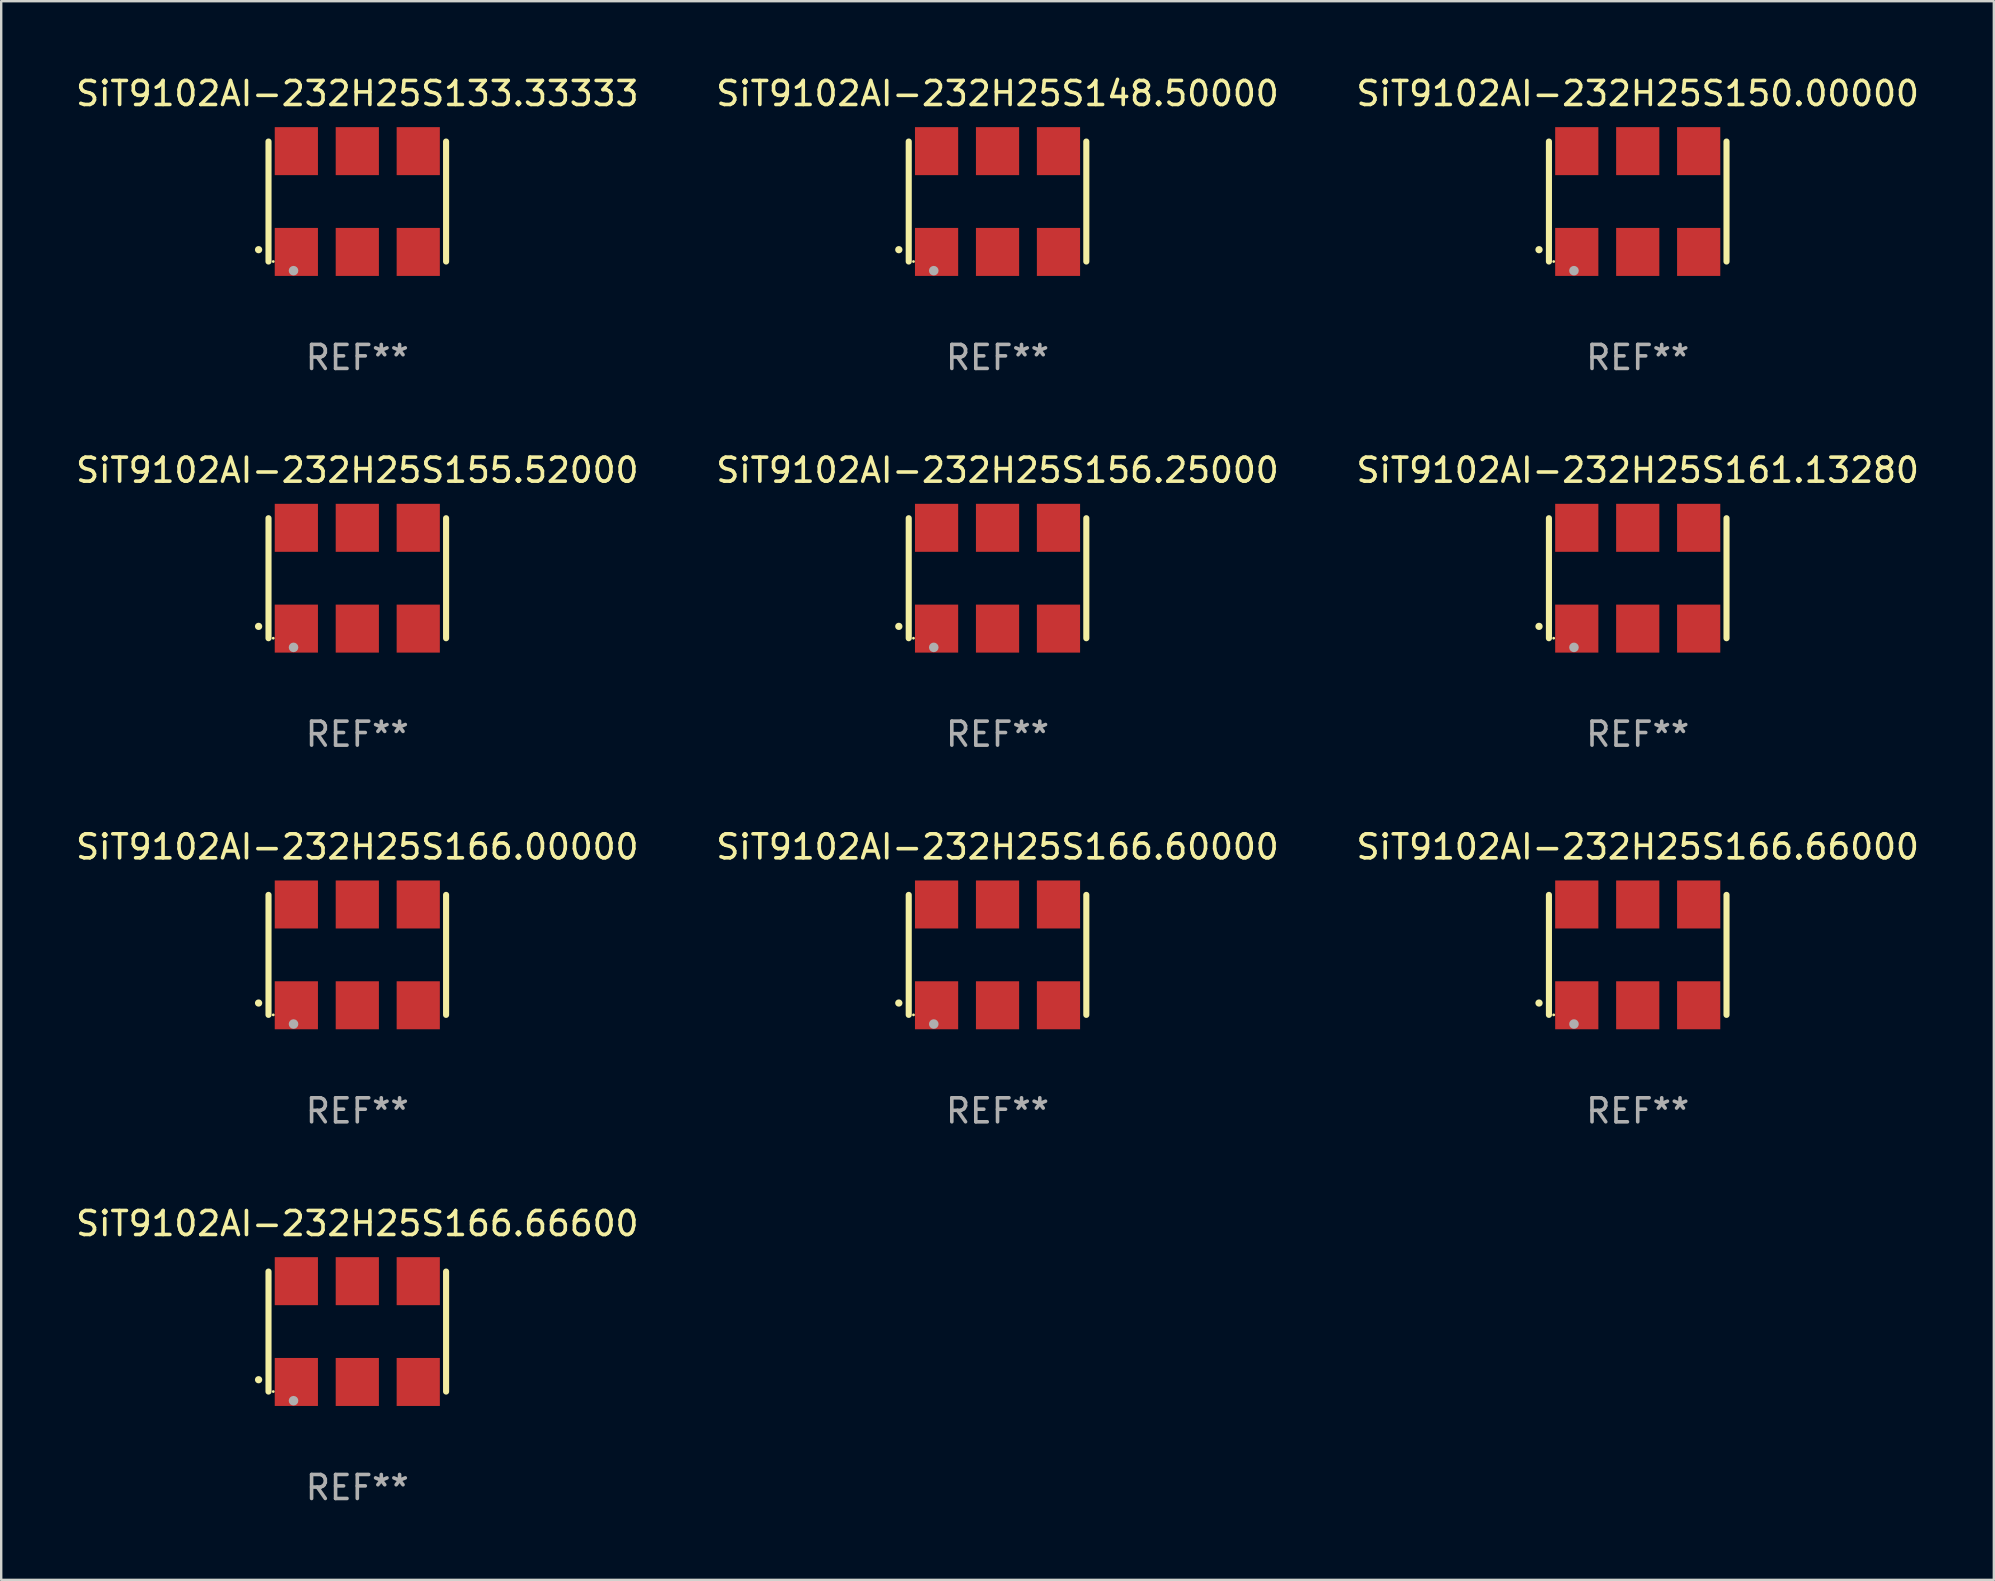
<source format=kicad_pcb>
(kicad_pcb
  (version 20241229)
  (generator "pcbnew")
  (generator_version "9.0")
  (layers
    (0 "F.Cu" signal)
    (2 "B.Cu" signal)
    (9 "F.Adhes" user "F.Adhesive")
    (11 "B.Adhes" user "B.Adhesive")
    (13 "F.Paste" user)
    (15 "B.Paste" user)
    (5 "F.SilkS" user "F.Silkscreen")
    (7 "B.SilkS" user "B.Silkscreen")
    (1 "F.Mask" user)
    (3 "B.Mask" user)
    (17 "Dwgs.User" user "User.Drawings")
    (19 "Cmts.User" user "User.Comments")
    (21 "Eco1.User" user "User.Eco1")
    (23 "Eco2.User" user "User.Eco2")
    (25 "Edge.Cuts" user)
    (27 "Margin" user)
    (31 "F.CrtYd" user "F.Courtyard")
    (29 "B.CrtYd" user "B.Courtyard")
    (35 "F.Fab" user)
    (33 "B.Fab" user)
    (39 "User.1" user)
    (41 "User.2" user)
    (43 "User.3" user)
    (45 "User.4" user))
  (footprint "SiT9102AI-232H25S148.50000"
    (layer "F.Cu")
    (at 38.518 5.348)
    (property "Reference" "SiT9102AI-232H25S148.50000" (at 0 -4.5 0) (layer "F.SilkS") (effects (font (size 1 1) (thickness 0.15))))
    (attr through_hole)
    (fp_line (start -3.7 -2.5) (end -3.7 2.5) (stroke (width 0.254) (type solid)) (layer "F.SilkS"))
    (fp_line (start 3.7 -2.5) (end 3.7 2.5) (stroke (width 0.254) (type solid)) (layer "F.SilkS"))
    (fp_arc (start -4.114415 2.006604) (mid -4.113145 2.006599) (end -4.111875 2.006604) (stroke (width 0.3) (type solid)) (layer "F.SilkS"))
    (fp_circle (center -3.502 2.5) (end -3.472 2.5) (stroke (width 0.06) (type solid)) (fill no) (layer "F.SilkS"))
    (fp_circle (center -2.657 2.882) (end -2.557 2.882) (stroke (width 0.2) (type solid)) (fill no) (layer "F.Fab"))
    (fp_text user "REF**" (at 0 6.5 0) (layer "F.Fab") (effects (font (size 1 1) (thickness 0.15))))
    (pad "1" smd rect (at -2.54 2.1) (size 1.8 2) (layers "F.Cu" "F.Mask" "F.Paste"))
    (pad "2" smd rect (at 0.000394 2.1) (size 1.8 2) (layers "F.Cu" "F.Mask" "F.Paste"))
    (pad "3" smd rect (at 2.54 2.1) (size 1.8 2) (layers "F.Cu" "F.Mask" "F.Paste"))
    (pad "4" smd rect (at 2.54 -2.1) (size 1.8 2) (layers "F.Cu" "F.Mask" "F.Paste"))
    (pad "5" smd rect (at 0.000394 -2.1) (size 1.8 2) (layers "F.Cu" "F.Mask" "F.Paste"))
    (pad "6" smd rect (at -2.54 -2.1) (size 1.8 2) (layers "F.Cu" "F.Mask" "F.Paste")))
  (footprint "SiT9102AI-232H25S155.52000"
    (layer "F.Cu")
    (at 11.839 21.045)
    (property "Reference" "SiT9102AI-232H25S155.52000" (at 0 -4.5 0) (layer "F.SilkS") (effects (font (size 1 1) (thickness 0.15))))
    (attr through_hole)
    (fp_line (start -3.7 -2.5) (end -3.7 2.5) (stroke (width 0.254) (type solid)) (layer "F.SilkS"))
    (fp_line (start 3.7 -2.5) (end 3.7 2.5) (stroke (width 0.254) (type solid)) (layer "F.SilkS"))
    (fp_arc (start -4.114415 2.006604) (mid -4.113145 2.006599) (end -4.111875 2.006604) (stroke (width 0.3) (type solid)) (layer "F.SilkS"))
    (fp_circle (center -3.502 2.5) (end -3.472 2.5) (stroke (width 0.06) (type solid)) (fill no) (layer "F.SilkS"))
    (fp_circle (center -2.657 2.882) (end -2.557 2.882) (stroke (width 0.2) (type solid)) (fill no) (layer "F.Fab"))
    (fp_text user "REF**" (at 0 6.5 0) (layer "F.Fab") (effects (font (size 1 1) (thickness 0.15))))
    (pad "1" smd rect (at -2.54 2.1) (size 1.8 2) (layers "F.Cu" "F.Mask" "F.Paste"))
    (pad "2" smd rect (at 0.000394 2.1) (size 1.8 2) (layers "F.Cu" "F.Mask" "F.Paste"))
    (pad "3" smd rect (at 2.54 2.1) (size 1.8 2) (layers "F.Cu" "F.Mask" "F.Paste"))
    (pad "4" smd rect (at 2.54 -2.1) (size 1.8 2) (layers "F.Cu" "F.Mask" "F.Paste"))
    (pad "5" smd rect (at 0.000394 -2.1) (size 1.8 2) (layers "F.Cu" "F.Mask" "F.Paste"))
    (pad "6" smd rect (at -2.54 -2.1) (size 1.8 2) (layers "F.Cu" "F.Mask" "F.Paste")))
  (footprint "SiT9102AI-232H25S133.33333"
    (layer "F.Cu")
    (at 11.839 5.348)
    (property "Reference" "SiT9102AI-232H25S133.33333" (at 0 -4.5 0) (layer "F.SilkS") (effects (font (size 1 1) (thickness 0.15))))
    (attr through_hole)
    (fp_line (start -3.7 -2.5) (end -3.7 2.5) (stroke (width 0.254) (type solid)) (layer "F.SilkS"))
    (fp_line (start 3.7 -2.5) (end 3.7 2.5) (stroke (width 0.254) (type solid)) (layer "F.SilkS"))
    (fp_arc (start -4.114415 2.006604) (mid -4.113145 2.006599) (end -4.111875 2.006604) (stroke (width 0.3) (type solid)) (layer "F.SilkS"))
    (fp_circle (center -3.502 2.5) (end -3.472 2.5) (stroke (width 0.06) (type solid)) (fill no) (layer "F.SilkS"))
    (fp_circle (center -2.657 2.882) (end -2.557 2.882) (stroke (width 0.2) (type solid)) (fill no) (layer "F.Fab"))
    (fp_text user "REF**" (at 0 6.5 0) (layer "F.Fab") (effects (font (size 1 1) (thickness 0.15))))
    (pad "1" smd rect (at -2.54 2.1) (size 1.8 2) (layers "F.Cu" "F.Mask" "F.Paste"))
    (pad "2" smd rect (at 0.000394 2.1) (size 1.8 2) (layers "F.Cu" "F.Mask" "F.Paste"))
    (pad "3" smd rect (at 2.54 2.1) (size 1.8 2) (layers "F.Cu" "F.Mask" "F.Paste"))
    (pad "4" smd rect (at 2.54 -2.1) (size 1.8 2) (layers "F.Cu" "F.Mask" "F.Paste"))
    (pad "5" smd rect (at 0.000394 -2.1) (size 1.8 2) (layers "F.Cu" "F.Mask" "F.Paste"))
    (pad "6" smd rect (at -2.54 -2.1) (size 1.8 2) (layers "F.Cu" "F.Mask" "F.Paste")))
  (footprint "SiT9102AI-232H25S150.00000"
    (layer "F.Cu")
    (at 65.196 5.348)
    (property "Reference" "SiT9102AI-232H25S150.00000" (at 0 -4.5 0) (layer "F.SilkS") (effects (font (size 1 1) (thickness 0.15))))
    (attr through_hole)
    (fp_line (start -3.7 -2.5) (end -3.7 2.5) (stroke (width 0.254) (type solid)) (layer "F.SilkS"))
    (fp_line (start 3.7 -2.5) (end 3.7 2.5) (stroke (width 0.254) (type solid)) (layer "F.SilkS"))
    (fp_arc (start -4.114415 2.006604) (mid -4.113145 2.006599) (end -4.111875 2.006604) (stroke (width 0.3) (type solid)) (layer "F.SilkS"))
    (fp_circle (center -3.502 2.5) (end -3.472 2.5) (stroke (width 0.06) (type solid)) (fill no) (layer "F.SilkS"))
    (fp_circle (center -2.657 2.882) (end -2.557 2.882) (stroke (width 0.2) (type solid)) (fill no) (layer "F.Fab"))
    (fp_text user "REF**" (at 0 6.5 0) (layer "F.Fab") (effects (font (size 1 1) (thickness 0.15))))
    (pad "1" smd rect (at -2.54 2.1) (size 1.8 2) (layers "F.Cu" "F.Mask" "F.Paste"))
    (pad "2" smd rect (at 0.000394 2.1) (size 1.8 2) (layers "F.Cu" "F.Mask" "F.Paste"))
    (pad "3" smd rect (at 2.54 2.1) (size 1.8 2) (layers "F.Cu" "F.Mask" "F.Paste"))
    (pad "4" smd rect (at 2.54 -2.1) (size 1.8 2) (layers "F.Cu" "F.Mask" "F.Paste"))
    (pad "5" smd rect (at 0.000394 -2.1) (size 1.8 2) (layers "F.Cu" "F.Mask" "F.Paste"))
    (pad "6" smd rect (at -2.54 -2.1) (size 1.8 2) (layers "F.Cu" "F.Mask" "F.Paste")))
  (footprint "SiT9102AI-232H25S166.66000"
    (layer "F.Cu")
    (at 65.196 36.741)
    (property "Reference" "SiT9102AI-232H25S166.66000" (at 0 -4.5 0) (layer "F.SilkS") (effects (font (size 1 1) (thickness 0.15))))
    (attr through_hole)
    (fp_line (start -3.7 -2.5) (end -3.7 2.5) (stroke (width 0.254) (type solid)) (layer "F.SilkS"))
    (fp_line (start 3.7 -2.5) (end 3.7 2.5) (stroke (width 0.254) (type solid)) (layer "F.SilkS"))
    (fp_arc (start -4.114415 2.006604) (mid -4.113145 2.006599) (end -4.111875 2.006604) (stroke (width 0.3) (type solid)) (layer "F.SilkS"))
    (fp_circle (center -3.502 2.5) (end -3.472 2.5) (stroke (width 0.06) (type solid)) (fill no) (layer "F.SilkS"))
    (fp_circle (center -2.657 2.882) (end -2.557 2.882) (stroke (width 0.2) (type solid)) (fill no) (layer "F.Fab"))
    (fp_text user "REF**" (at 0 6.5 0) (layer "F.Fab") (effects (font (size 1 1) (thickness 0.15))))
    (pad "1" smd rect (at -2.54 2.1) (size 1.8 2) (layers "F.Cu" "F.Mask" "F.Paste"))
    (pad "2" smd rect (at 0.000394 2.1) (size 1.8 2) (layers "F.Cu" "F.Mask" "F.Paste"))
    (pad "3" smd rect (at 2.54 2.1) (size 1.8 2) (layers "F.Cu" "F.Mask" "F.Paste"))
    (pad "4" smd rect (at 2.54 -2.1) (size 1.8 2) (layers "F.Cu" "F.Mask" "F.Paste"))
    (pad "5" smd rect (at 0.000394 -2.1) (size 1.8 2) (layers "F.Cu" "F.Mask" "F.Paste"))
    (pad "6" smd rect (at -2.54 -2.1) (size 1.8 2) (layers "F.Cu" "F.Mask" "F.Paste")))
  (footprint "SiT9102AI-232H25S166.00000"
    (layer "F.Cu")
    (at 11.839 36.741)
    (property "Reference" "SiT9102AI-232H25S166.00000" (at 0 -4.5 0) (layer "F.SilkS") (effects (font (size 1 1) (thickness 0.15))))
    (attr through_hole)
    (fp_line (start -3.7 -2.5) (end -3.7 2.5) (stroke (width 0.254) (type solid)) (layer "F.SilkS"))
    (fp_line (start 3.7 -2.5) (end 3.7 2.5) (stroke (width 0.254) (type solid)) (layer "F.SilkS"))
    (fp_arc (start -4.114415 2.006604) (mid -4.113145 2.006599) (end -4.111875 2.006604) (stroke (width 0.3) (type solid)) (layer "F.SilkS"))
    (fp_circle (center -3.502 2.5) (end -3.472 2.5) (stroke (width 0.06) (type solid)) (fill no) (layer "F.SilkS"))
    (fp_circle (center -2.657 2.882) (end -2.557 2.882) (stroke (width 0.2) (type solid)) (fill no) (layer "F.Fab"))
    (fp_text user "REF**" (at 0 6.5 0) (layer "F.Fab") (effects (font (size 1 1) (thickness 0.15))))
    (pad "1" smd rect (at -2.54 2.1) (size 1.8 2) (layers "F.Cu" "F.Mask" "F.Paste"))
    (pad "2" smd rect (at 0.000394 2.1) (size 1.8 2) (layers "F.Cu" "F.Mask" "F.Paste"))
    (pad "3" smd rect (at 2.54 2.1) (size 1.8 2) (layers "F.Cu" "F.Mask" "F.Paste"))
    (pad "4" smd rect (at 2.54 -2.1) (size 1.8 2) (layers "F.Cu" "F.Mask" "F.Paste"))
    (pad "5" smd rect (at 0.000394 -2.1) (size 1.8 2) (layers "F.Cu" "F.Mask" "F.Paste"))
    (pad "6" smd rect (at -2.54 -2.1) (size 1.8 2) (layers "F.Cu" "F.Mask" "F.Paste")))
  (footprint "SiT9102AI-232H25S156.25000"
    (layer "F.Cu")
    (at 38.518 21.045)
    (property "Reference" "SiT9102AI-232H25S156.25000" (at 0 -4.5 0) (layer "F.SilkS") (effects (font (size 1 1) (thickness 0.15))))
    (attr through_hole)
    (fp_line (start -3.7 -2.5) (end -3.7 2.5) (stroke (width 0.254) (type solid)) (layer "F.SilkS"))
    (fp_line (start 3.7 -2.5) (end 3.7 2.5) (stroke (width 0.254) (type solid)) (layer "F.SilkS"))
    (fp_arc (start -4.114415 2.006604) (mid -4.113145 2.006599) (end -4.111875 2.006604) (stroke (width 0.3) (type solid)) (layer "F.SilkS"))
    (fp_circle (center -3.502 2.5) (end -3.472 2.5) (stroke (width 0.06) (type solid)) (fill no) (layer "F.SilkS"))
    (fp_circle (center -2.657 2.882) (end -2.557 2.882) (stroke (width 0.2) (type solid)) (fill no) (layer "F.Fab"))
    (fp_text user "REF**" (at 0 6.5 0) (layer "F.Fab") (effects (font (size 1 1) (thickness 0.15))))
    (pad "1" smd rect (at -2.54 2.1) (size 1.8 2) (layers "F.Cu" "F.Mask" "F.Paste"))
    (pad "2" smd rect (at 0.000394 2.1) (size 1.8 2) (layers "F.Cu" "F.Mask" "F.Paste"))
    (pad "3" smd rect (at 2.54 2.1) (size 1.8 2) (layers "F.Cu" "F.Mask" "F.Paste"))
    (pad "4" smd rect (at 2.54 -2.1) (size 1.8 2) (layers "F.Cu" "F.Mask" "F.Paste"))
    (pad "5" smd rect (at 0.000394 -2.1) (size 1.8 2) (layers "F.Cu" "F.Mask" "F.Paste"))
    (pad "6" smd rect (at -2.54 -2.1) (size 1.8 2) (layers "F.Cu" "F.Mask" "F.Paste")))
  (footprint "SiT9102AI-232H25S166.60000"
    (layer "F.Cu")
    (at 38.518 36.741)
    (property "Reference" "SiT9102AI-232H25S166.60000" (at 0 -4.5 0) (layer "F.SilkS") (effects (font (size 1 1) (thickness 0.15))))
    (attr through_hole)
    (fp_line (start -3.7 -2.5) (end -3.7 2.5) (stroke (width 0.254) (type solid)) (layer "F.SilkS"))
    (fp_line (start 3.7 -2.5) (end 3.7 2.5) (stroke (width 0.254) (type solid)) (layer "F.SilkS"))
    (fp_arc (start -4.114415 2.006604) (mid -4.113145 2.006599) (end -4.111875 2.006604) (stroke (width 0.3) (type solid)) (layer "F.SilkS"))
    (fp_circle (center -3.502 2.5) (end -3.472 2.5) (stroke (width 0.06) (type solid)) (fill no) (layer "F.SilkS"))
    (fp_circle (center -2.657 2.882) (end -2.557 2.882) (stroke (width 0.2) (type solid)) (fill no) (layer "F.Fab"))
    (fp_text user "REF**" (at 0 6.5 0) (layer "F.Fab") (effects (font (size 1 1) (thickness 0.15))))
    (pad "1" smd rect (at -2.54 2.1) (size 1.8 2) (layers "F.Cu" "F.Mask" "F.Paste"))
    (pad "2" smd rect (at 0.000394 2.1) (size 1.8 2) (layers "F.Cu" "F.Mask" "F.Paste"))
    (pad "3" smd rect (at 2.54 2.1) (size 1.8 2) (layers "F.Cu" "F.Mask" "F.Paste"))
    (pad "4" smd rect (at 2.54 -2.1) (size 1.8 2) (layers "F.Cu" "F.Mask" "F.Paste"))
    (pad "5" smd rect (at 0.000394 -2.1) (size 1.8 2) (layers "F.Cu" "F.Mask" "F.Paste"))
    (pad "6" smd rect (at -2.54 -2.1) (size 1.8 2) (layers "F.Cu" "F.Mask" "F.Paste")))
  (footprint "SiT9102AI-232H25S166.66600"
    (layer "F.Cu")
    (at 11.839 52.438)
    (property "Reference" "SiT9102AI-232H25S166.66600" (at 0 -4.5 0) (layer "F.SilkS") (effects (font (size 1 1) (thickness 0.15))))
    (attr through_hole)
    (fp_line (start -3.7 -2.5) (end -3.7 2.5) (stroke (width 0.254) (type solid)) (layer "F.SilkS"))
    (fp_line (start 3.7 -2.5) (end 3.7 2.5) (stroke (width 0.254) (type solid)) (layer "F.SilkS"))
    (fp_arc (start -4.114415 2.006604) (mid -4.113145 2.006599) (end -4.111875 2.006604) (stroke (width 0.3) (type solid)) (layer "F.SilkS"))
    (fp_circle (center -3.502 2.5) (end -3.472 2.5) (stroke (width 0.06) (type solid)) (fill no) (layer "F.SilkS"))
    (fp_circle (center -2.657 2.882) (end -2.557 2.882) (stroke (width 0.2) (type solid)) (fill no) (layer "F.Fab"))
    (fp_text user "REF**" (at 0 6.5 0) (layer "F.Fab") (effects (font (size 1 1) (thickness 0.15))))
    (pad "1" smd rect (at -2.54 2.1) (size 1.8 2) (layers "F.Cu" "F.Mask" "F.Paste"))
    (pad "2" smd rect (at 0.000394 2.1) (size 1.8 2) (layers "F.Cu" "F.Mask" "F.Paste"))
    (pad "3" smd rect (at 2.54 2.1) (size 1.8 2) (layers "F.Cu" "F.Mask" "F.Paste"))
    (pad "4" smd rect (at 2.54 -2.1) (size 1.8 2) (layers "F.Cu" "F.Mask" "F.Paste"))
    (pad "5" smd rect (at 0.000394 -2.1) (size 1.8 2) (layers "F.Cu" "F.Mask" "F.Paste"))
    (pad "6" smd rect (at -2.54 -2.1) (size 1.8 2) (layers "F.Cu" "F.Mask" "F.Paste")))
  (footprint "SiT9102AI-232H25S161.13280"
    (layer "F.Cu")
    (at 65.196 21.045)
    (property "Reference" "SiT9102AI-232H25S161.13280" (at 0 -4.5 0) (layer "F.SilkS") (effects (font (size 1 1) (thickness 0.15))))
    (attr through_hole)
    (fp_line (start -3.7 -2.5) (end -3.7 2.5) (stroke (width 0.254) (type solid)) (layer "F.SilkS"))
    (fp_line (start 3.7 -2.5) (end 3.7 2.5) (stroke (width 0.254) (type solid)) (layer "F.SilkS"))
    (fp_arc (start -4.114415 2.006604) (mid -4.113145 2.006599) (end -4.111875 2.006604) (stroke (width 0.3) (type solid)) (layer "F.SilkS"))
    (fp_circle (center -3.502 2.5) (end -3.472 2.5) (stroke (width 0.06) (type solid)) (fill no) (layer "F.SilkS"))
    (fp_circle (center -2.657 2.882) (end -2.557 2.882) (stroke (width 0.2) (type solid)) (fill no) (layer "F.Fab"))
    (fp_text user "REF**" (at 0 6.5 0) (layer "F.Fab") (effects (font (size 1 1) (thickness 0.15))))
    (pad "1" smd rect (at -2.54 2.1) (size 1.8 2) (layers "F.Cu" "F.Mask" "F.Paste"))
    (pad "2" smd rect (at 0.000394 2.1) (size 1.8 2) (layers "F.Cu" "F.Mask" "F.Paste"))
    (pad "3" smd rect (at 2.54 2.1) (size 1.8 2) (layers "F.Cu" "F.Mask" "F.Paste"))
    (pad "4" smd rect (at 2.54 -2.1) (size 1.8 2) (layers "F.Cu" "F.Mask" "F.Paste"))
    (pad "5" smd rect (at 0.000394 -2.1) (size 1.8 2) (layers "F.Cu" "F.Mask" "F.Paste"))
    (pad "6" smd rect (at -2.54 -2.1) (size 1.8 2) (layers "F.Cu" "F.Mask" "F.Paste")))
  (gr_rect
    (start -3 -3)
    (end 80.036 62.786)
    (stroke (width 0.1) (type default))
    (fill no)
    (layer "Edge.Cuts")))
</source>
